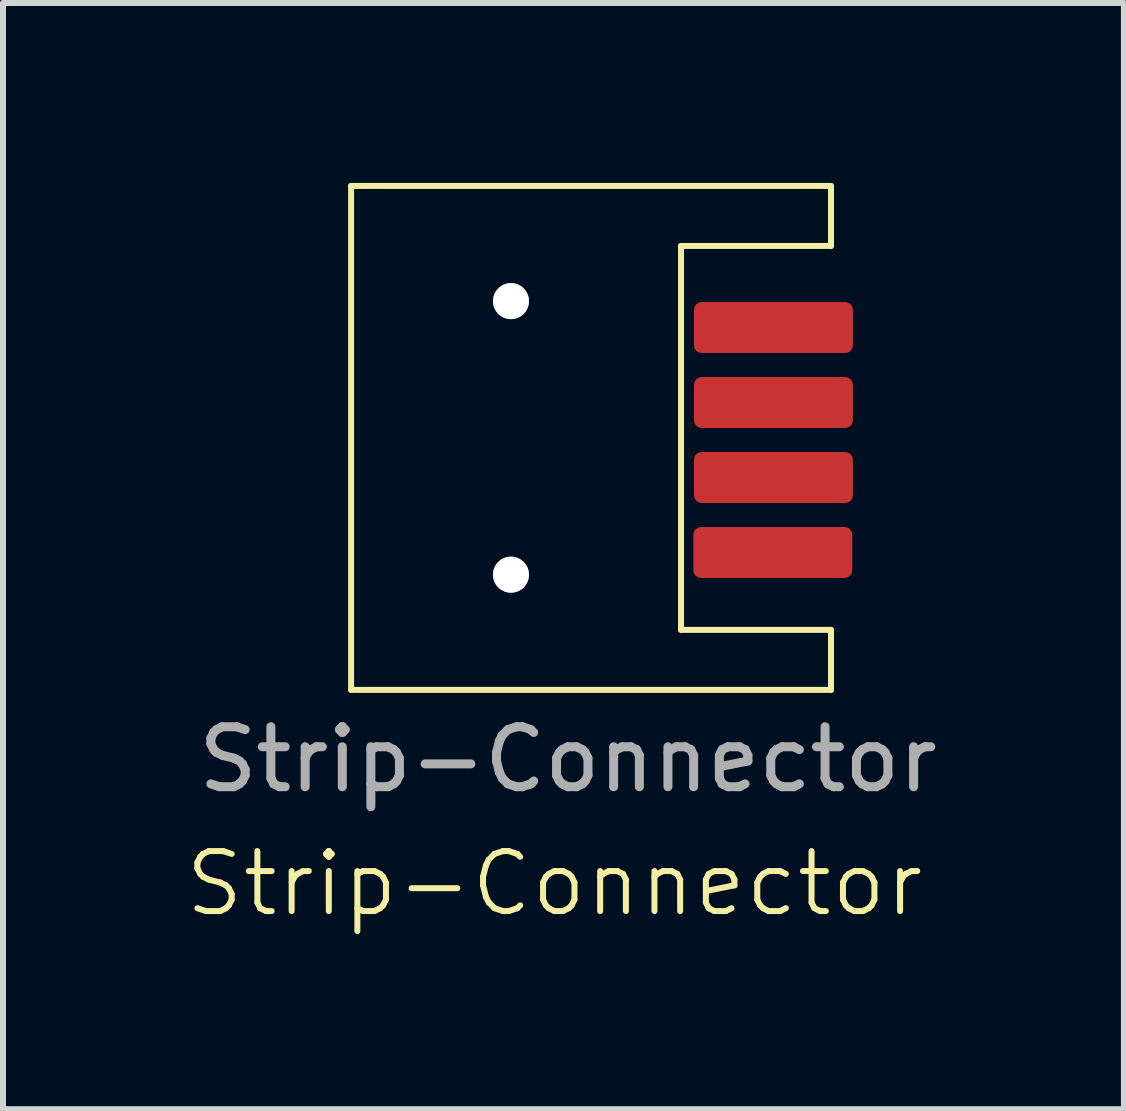
<source format=kicad_pcb>
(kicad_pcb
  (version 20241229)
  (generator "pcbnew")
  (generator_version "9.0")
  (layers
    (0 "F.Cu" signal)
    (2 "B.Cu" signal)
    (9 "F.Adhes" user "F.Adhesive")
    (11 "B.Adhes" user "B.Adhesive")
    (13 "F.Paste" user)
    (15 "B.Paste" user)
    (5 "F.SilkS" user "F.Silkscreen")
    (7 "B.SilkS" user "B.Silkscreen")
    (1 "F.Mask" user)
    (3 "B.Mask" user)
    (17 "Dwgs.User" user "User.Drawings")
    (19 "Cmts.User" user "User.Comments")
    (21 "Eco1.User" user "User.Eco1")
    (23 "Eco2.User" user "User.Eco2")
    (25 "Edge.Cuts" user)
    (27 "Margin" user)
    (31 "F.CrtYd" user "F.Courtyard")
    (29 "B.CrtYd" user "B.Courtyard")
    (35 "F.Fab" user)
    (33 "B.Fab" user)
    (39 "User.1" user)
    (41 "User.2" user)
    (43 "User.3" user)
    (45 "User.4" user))
  (footprint "Strip-Connector"
    (layer "F.Cu")
    (at 6.133 4.29)
    (property "Reference" "Strip-Connector" (at 0.06 7.39 0) (unlocked yes) (layer "F.SilkS") (effects (font (size 1 1) (thickness 0.1))))
    (attr smd)
    (fp_line (start -3.33 -4.24) (end -3.33 4.16) (stroke (width 0.1) (type default)) (layer "F.SilkS"))
    (fp_line (start -3.33 -4.24) (end 4.67 -4.24) (stroke (width 0.1) (type default)) (layer "F.SilkS"))
    (fp_line (start -3.33 4.16) (end 4.67 4.16) (stroke (width 0.1) (type default)) (layer "F.SilkS"))
    (fp_line (start 2.17 3.16) (end 2.17 -3.24) (stroke (width 0.1) (type default)) (layer "F.SilkS"))
    (fp_line (start 4.67 -4.24) (end 4.67 -3.24) (stroke (width 0.1) (type default)) (layer "F.SilkS"))
    (fp_line (start 4.67 -3.24) (end 2.17 -3.24) (stroke (width 0.1) (type default)) (layer "F.SilkS"))
    (fp_line (start 4.67 3.16) (end 2.17 3.16) (stroke (width 0.1) (type default)) (layer "F.SilkS"))
    (fp_line (start 4.67 4.16) (end 4.67 3.16) (stroke (width 0.1) (type default)) (layer "F.SilkS"))
    (fp_text user "${REFERENCE}" (at 0.285 5.32 0) (unlocked yes) (layer "F.Fab") (effects (font (size 1 1) (thickness 0.15))))
    (pad "1" smd roundrect (at 3.71 -1.88) (size 2.65 0.85) (layers "F.Cu" "F.Mask" "F.Paste") (roundrect_rratio 0.15))
    (pad "2" smd roundrect (at 3.71 -0.63) (size 2.65 0.85) (layers "F.Cu" "F.Mask" "F.Paste") (roundrect_rratio 0.15))
    (pad "3" thru_hole circle (at -0.665 -2.32) (size 0.6 0.6) (drill 0.6) (layers "*.Cu" "*.Mask"))
    (pad "3" smd roundrect (at 3.71 0.62) (size 2.65 0.85) (layers "F.Cu" "F.Mask" "F.Paste") (roundrect_rratio 0.15))
    (pad "4" thru_hole circle (at -0.665 2.24) (size 0.6 0.6) (drill 0.6) (layers "*.Cu" "*.Mask"))
    (pad "4" smd roundrect (at 3.7 1.87) (size 2.65 0.85) (layers "F.Cu" "F.Mask" "F.Paste") (roundrect_rratio 0.15)))
  (gr_rect
    (start -3 -3)
    (end 15.686 15.441)
    (stroke (width 0.1) (type default))
    (fill no)
    (layer "Edge.Cuts")))
</source>
